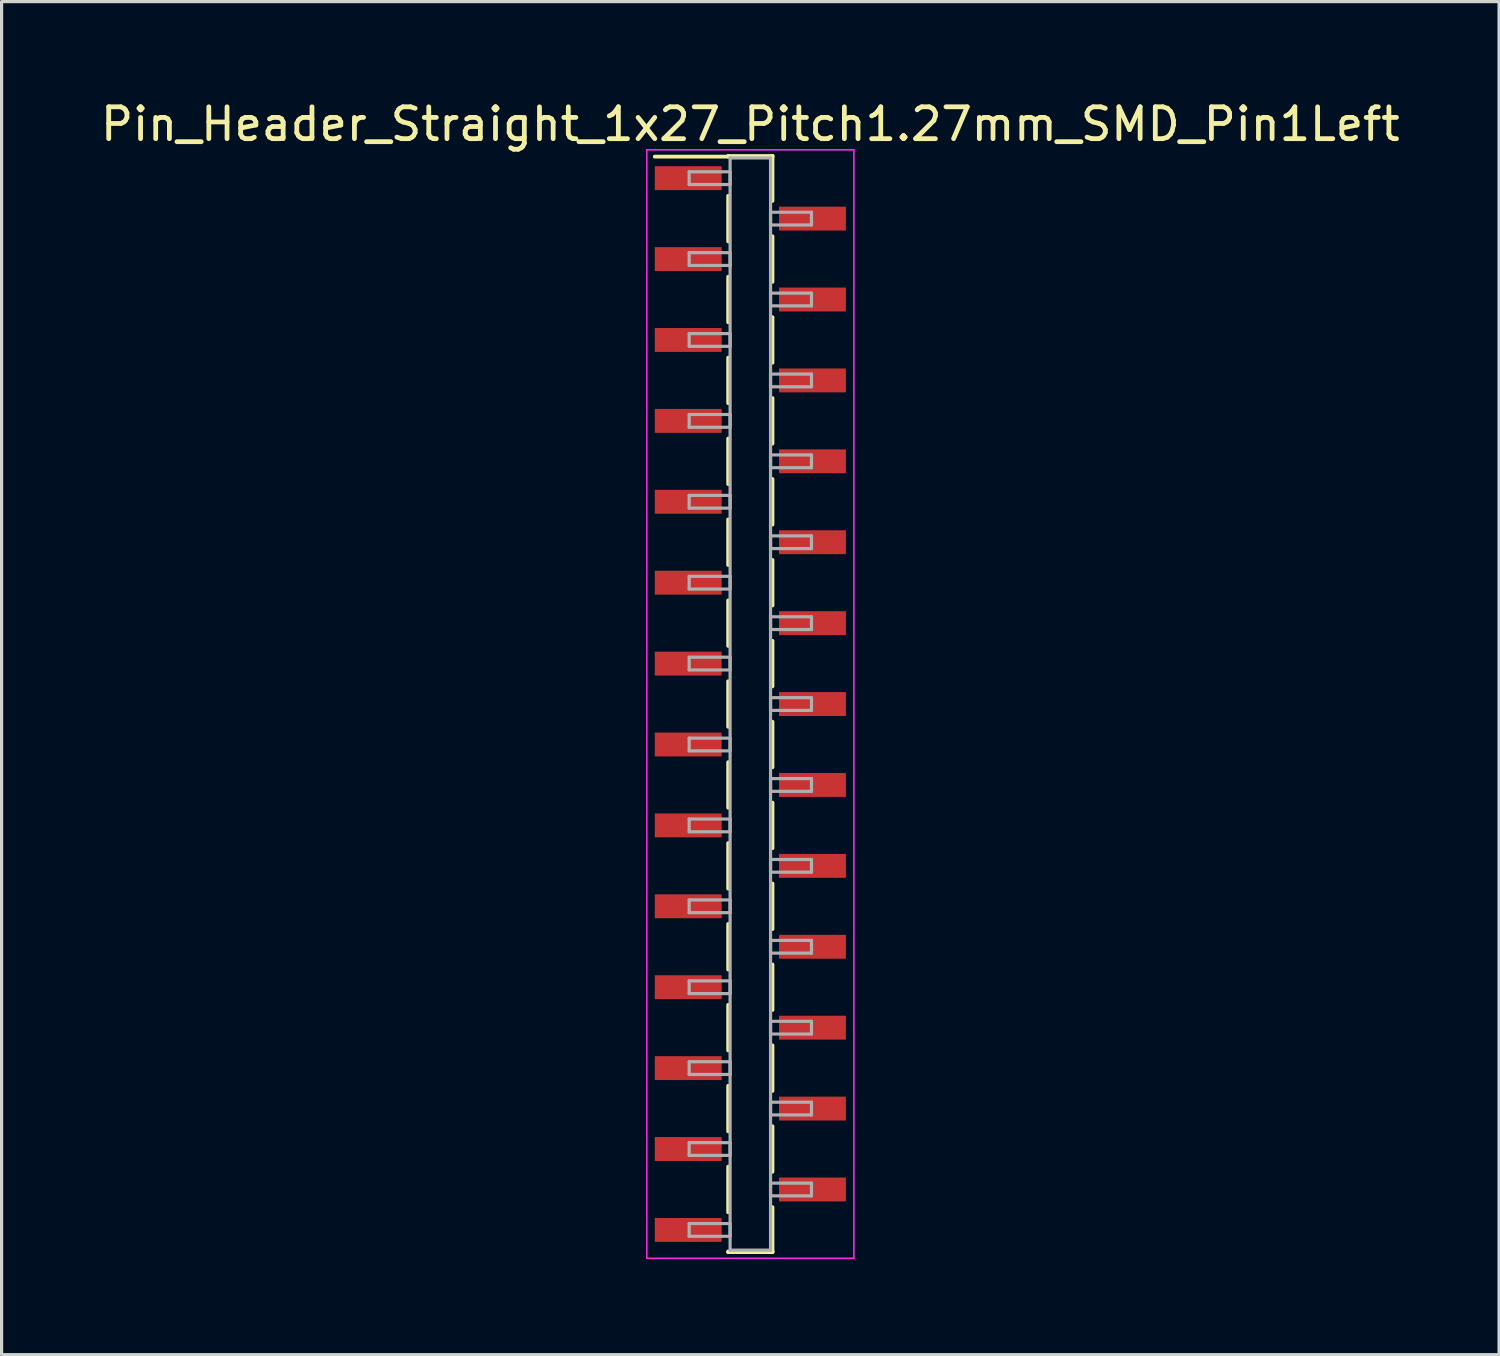
<source format=kicad_pcb>
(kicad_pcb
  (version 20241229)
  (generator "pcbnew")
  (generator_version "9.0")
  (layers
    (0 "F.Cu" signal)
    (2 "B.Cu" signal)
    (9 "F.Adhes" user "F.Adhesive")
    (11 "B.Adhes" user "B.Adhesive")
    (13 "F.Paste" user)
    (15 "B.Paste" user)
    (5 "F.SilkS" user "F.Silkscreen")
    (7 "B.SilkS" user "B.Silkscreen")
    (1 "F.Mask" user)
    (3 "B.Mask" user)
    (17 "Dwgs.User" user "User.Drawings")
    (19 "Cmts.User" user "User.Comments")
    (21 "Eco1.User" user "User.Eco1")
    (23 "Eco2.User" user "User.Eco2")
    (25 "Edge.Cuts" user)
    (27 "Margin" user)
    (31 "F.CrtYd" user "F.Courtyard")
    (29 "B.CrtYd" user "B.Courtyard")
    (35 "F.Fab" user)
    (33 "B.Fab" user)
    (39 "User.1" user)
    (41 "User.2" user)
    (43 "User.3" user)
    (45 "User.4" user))
  (footprint "Pin_Header_Straight_1x27_Pitch1.27mm_SMD_Pin1Left"
    (layer "F.Cu")
    (at 20.506 19.053)
    (property "Reference" "Pin_Header_Straight_1x27_Pitch1.27mm_SMD_Pin1Left" (at 0 -18.205 0) (layer "F.SilkS") (effects (font (size 1 1) (thickness 0.15))))
    (attr smd)
    (fp_line (start -0.695 -17.205) (end 0.695 -17.205) (stroke (width 0.12) (type solid)) (layer "F.SilkS"))
    (fp_line (start -0.695 -17.185) (end -3 -17.185) (stroke (width 0.12) (type solid)) (layer "F.SilkS"))
    (fp_line (start -0.695 -17.185) (end -0.695 -17.205) (stroke (width 0.12) (type solid)) (layer "F.SilkS"))
    (fp_line (start -0.695 -15.955) (end -0.695 -14.525) (stroke (width 0.12) (type solid)) (layer "F.SilkS"))
    (fp_line (start -0.695 -13.415) (end -0.695 -11.985) (stroke (width 0.12) (type solid)) (layer "F.SilkS"))
    (fp_line (start -0.695 -10.875) (end -0.695 -9.445) (stroke (width 0.12) (type solid)) (layer "F.SilkS"))
    (fp_line (start -0.695 -8.335) (end -0.695 -6.905) (stroke (width 0.12) (type solid)) (layer "F.SilkS"))
    (fp_line (start -0.695 -5.795) (end -0.695 -4.365) (stroke (width 0.12) (type solid)) (layer "F.SilkS"))
    (fp_line (start -0.695 -3.255) (end -0.695 -1.825) (stroke (width 0.12) (type solid)) (layer "F.SilkS"))
    (fp_line (start -0.695 -0.715) (end -0.695 0.715) (stroke (width 0.12) (type solid)) (layer "F.SilkS"))
    (fp_line (start -0.695 1.825) (end -0.695 3.255) (stroke (width 0.12) (type solid)) (layer "F.SilkS"))
    (fp_line (start -0.695 4.365) (end -0.695 5.795) (stroke (width 0.12) (type solid)) (layer "F.SilkS"))
    (fp_line (start -0.695 6.905) (end -0.695 8.335) (stroke (width 0.12) (type solid)) (layer "F.SilkS"))
    (fp_line (start -0.695 9.445) (end -0.695 10.875) (stroke (width 0.12) (type solid)) (layer "F.SilkS"))
    (fp_line (start -0.695 11.985) (end -0.695 13.415) (stroke (width 0.12) (type solid)) (layer "F.SilkS"))
    (fp_line (start -0.695 14.525) (end -0.695 15.955) (stroke (width 0.12) (type solid)) (layer "F.SilkS"))
    (fp_line (start -0.695 17.185) (end -0.695 17.205) (stroke (width 0.12) (type solid)) (layer "F.SilkS"))
    (fp_line (start -0.695 17.205) (end 0.695 17.205) (stroke (width 0.12) (type solid)) (layer "F.SilkS"))
    (fp_line (start 0.695 -17.205) (end 0.695 -17.185) (stroke (width 0.12) (type solid)) (layer "F.SilkS"))
    (fp_line (start 0.695 -17.205) (end 0.695 -15.795) (stroke (width 0.12) (type solid)) (layer "F.SilkS"))
    (fp_line (start 0.695 -14.685) (end 0.695 -13.255) (stroke (width 0.12) (type solid)) (layer "F.SilkS"))
    (fp_line (start 0.695 -12.145) (end 0.695 -10.715) (stroke (width 0.12) (type solid)) (layer "F.SilkS"))
    (fp_line (start 0.695 -9.605) (end 0.695 -8.175) (stroke (width 0.12) (type solid)) (layer "F.SilkS"))
    (fp_line (start 0.695 -7.065) (end 0.695 -5.635) (stroke (width 0.12) (type solid)) (layer "F.SilkS"))
    (fp_line (start 0.695 -4.525) (end 0.695 -3.095) (stroke (width 0.12) (type solid)) (layer "F.SilkS"))
    (fp_line (start 0.695 -1.985) (end 0.695 -0.555) (stroke (width 0.12) (type solid)) (layer "F.SilkS"))
    (fp_line (start 0.695 0.555) (end 0.695 1.985) (stroke (width 0.12) (type solid)) (layer "F.SilkS"))
    (fp_line (start 0.695 3.095) (end 0.695 4.525) (stroke (width 0.12) (type solid)) (layer "F.SilkS"))
    (fp_line (start 0.695 5.635) (end 0.695 7.065) (stroke (width 0.12) (type solid)) (layer "F.SilkS"))
    (fp_line (start 0.695 8.175) (end 0.695 9.605) (stroke (width 0.12) (type solid)) (layer "F.SilkS"))
    (fp_line (start 0.695 10.715) (end 0.695 12.145) (stroke (width 0.12) (type solid)) (layer "F.SilkS"))
    (fp_line (start 0.695 13.255) (end 0.695 14.685) (stroke (width 0.12) (type solid)) (layer "F.SilkS"))
    (fp_line (start 0.695 15.795) (end 0.695 17.205) (stroke (width 0.12) (type solid)) (layer "F.SilkS"))
    (fp_line (start 0.695 17.205) (end 0.695 17.185) (stroke (width 0.12) (type solid)) (layer "F.SilkS"))
    (fp_line (start -3.25 -17.4) (end -3.25 17.4) (stroke (width 0.05) (type solid)) (layer "F.CrtYd"))
    (fp_line (start -3.25 17.4) (end 3.25 17.4) (stroke (width 0.05) (type solid)) (layer "F.CrtYd"))
    (fp_line (start 3.25 -17.4) (end -3.25 -17.4) (stroke (width 0.05) (type solid)) (layer "F.CrtYd"))
    (fp_line (start 3.25 17.4) (end 3.25 -17.4) (stroke (width 0.05) (type solid)) (layer "F.CrtYd"))
    (fp_line (start -1.92 -16.71) (end -0.635 -16.71) (stroke (width 0.1) (type solid)) (layer "F.Fab"))
    (fp_line (start -1.92 -16.31) (end -1.92 -16.71) (stroke (width 0.1) (type solid)) (layer "F.Fab"))
    (fp_line (start -1.92 -14.17) (end -0.635 -14.17) (stroke (width 0.1) (type solid)) (layer "F.Fab"))
    (fp_line (start -1.92 -13.77) (end -1.92 -14.17) (stroke (width 0.1) (type solid)) (layer "F.Fab"))
    (fp_line (start -1.92 -11.63) (end -0.635 -11.63) (stroke (width 0.1) (type solid)) (layer "F.Fab"))
    (fp_line (start -1.92 -11.23) (end -1.92 -11.63) (stroke (width 0.1) (type solid)) (layer "F.Fab"))
    (fp_line (start -1.92 -9.09) (end -0.635 -9.09) (stroke (width 0.1) (type solid)) (layer "F.Fab"))
    (fp_line (start -1.92 -8.69) (end -1.92 -9.09) (stroke (width 0.1) (type solid)) (layer "F.Fab"))
    (fp_line (start -1.92 -6.55) (end -0.635 -6.55) (stroke (width 0.1) (type solid)) (layer "F.Fab"))
    (fp_line (start -1.92 -6.15) (end -1.92 -6.55) (stroke (width 0.1) (type solid)) (layer "F.Fab"))
    (fp_line (start -1.92 -4.01) (end -0.635 -4.01) (stroke (width 0.1) (type solid)) (layer "F.Fab"))
    (fp_line (start -1.92 -3.61) (end -1.92 -4.01) (stroke (width 0.1) (type solid)) (layer "F.Fab"))
    (fp_line (start -1.92 -1.47) (end -0.635 -1.47) (stroke (width 0.1) (type solid)) (layer "F.Fab"))
    (fp_line (start -1.92 -1.07) (end -1.92 -1.47) (stroke (width 0.1) (type solid)) (layer "F.Fab"))
    (fp_line (start -1.92 1.07) (end -0.635 1.07) (stroke (width 0.1) (type solid)) (layer "F.Fab"))
    (fp_line (start -1.92 1.47) (end -1.92 1.07) (stroke (width 0.1) (type solid)) (layer "F.Fab"))
    (fp_line (start -1.92 3.61) (end -0.635 3.61) (stroke (width 0.1) (type solid)) (layer "F.Fab"))
    (fp_line (start -1.92 4.01) (end -1.92 3.61) (stroke (width 0.1) (type solid)) (layer "F.Fab"))
    (fp_line (start -1.92 6.15) (end -0.635 6.15) (stroke (width 0.1) (type solid)) (layer "F.Fab"))
    (fp_line (start -1.92 6.55) (end -1.92 6.15) (stroke (width 0.1) (type solid)) (layer "F.Fab"))
    (fp_line (start -1.92 8.69) (end -0.635 8.69) (stroke (width 0.1) (type solid)) (layer "F.Fab"))
    (fp_line (start -1.92 9.09) (end -1.92 8.69) (stroke (width 0.1) (type solid)) (layer "F.Fab"))
    (fp_line (start -1.92 11.23) (end -0.635 11.23) (stroke (width 0.1) (type solid)) (layer "F.Fab"))
    (fp_line (start -1.92 11.63) (end -1.92 11.23) (stroke (width 0.1) (type solid)) (layer "F.Fab"))
    (fp_line (start -1.92 13.77) (end -0.635 13.77) (stroke (width 0.1) (type solid)) (layer "F.Fab"))
    (fp_line (start -1.92 14.17) (end -1.92 13.77) (stroke (width 0.1) (type solid)) (layer "F.Fab"))
    (fp_line (start -1.92 16.31) (end -0.635 16.31) (stroke (width 0.1) (type solid)) (layer "F.Fab"))
    (fp_line (start -1.92 16.71) (end -1.92 16.31) (stroke (width 0.1) (type solid)) (layer "F.Fab"))
    (fp_line (start -0.635 -17.145) (end -0.635 17.145) (stroke (width 0.1) (type solid)) (layer "F.Fab"))
    (fp_line (start -0.635 -16.71) (end -0.635 -16.31) (stroke (width 0.1) (type solid)) (layer "F.Fab"))
    (fp_line (start -0.635 -16.31) (end -1.92 -16.31) (stroke (width 0.1) (type solid)) (layer "F.Fab"))
    (fp_line (start -0.635 -14.17) (end -0.635 -13.77) (stroke (width 0.1) (type solid)) (layer "F.Fab"))
    (fp_line (start -0.635 -13.77) (end -1.92 -13.77) (stroke (width 0.1) (type solid)) (layer "F.Fab"))
    (fp_line (start -0.635 -11.63) (end -0.635 -11.23) (stroke (width 0.1) (type solid)) (layer "F.Fab"))
    (fp_line (start -0.635 -11.23) (end -1.92 -11.23) (stroke (width 0.1) (type solid)) (layer "F.Fab"))
    (fp_line (start -0.635 -9.09) (end -0.635 -8.69) (stroke (width 0.1) (type solid)) (layer "F.Fab"))
    (fp_line (start -0.635 -8.69) (end -1.92 -8.69) (stroke (width 0.1) (type solid)) (layer "F.Fab"))
    (fp_line (start -0.635 -6.55) (end -0.635 -6.15) (stroke (width 0.1) (type solid)) (layer "F.Fab"))
    (fp_line (start -0.635 -6.15) (end -1.92 -6.15) (stroke (width 0.1) (type solid)) (layer "F.Fab"))
    (fp_line (start -0.635 -4.01) (end -0.635 -3.61) (stroke (width 0.1) (type solid)) (layer "F.Fab"))
    (fp_line (start -0.635 -3.61) (end -1.92 -3.61) (stroke (width 0.1) (type solid)) (layer "F.Fab"))
    (fp_line (start -0.635 -1.47) (end -0.635 -1.07) (stroke (width 0.1) (type solid)) (layer "F.Fab"))
    (fp_line (start -0.635 -1.07) (end -1.92 -1.07) (stroke (width 0.1) (type solid)) (layer "F.Fab"))
    (fp_line (start -0.635 1.07) (end -0.635 1.47) (stroke (width 0.1) (type solid)) (layer "F.Fab"))
    (fp_line (start -0.635 1.47) (end -1.92 1.47) (stroke (width 0.1) (type solid)) (layer "F.Fab"))
    (fp_line (start -0.635 3.61) (end -0.635 4.01) (stroke (width 0.1) (type solid)) (layer "F.Fab"))
    (fp_line (start -0.635 4.01) (end -1.92 4.01) (stroke (width 0.1) (type solid)) (layer "F.Fab"))
    (fp_line (start -0.635 6.15) (end -0.635 6.55) (stroke (width 0.1) (type solid)) (layer "F.Fab"))
    (fp_line (start -0.635 6.55) (end -1.92 6.55) (stroke (width 0.1) (type solid)) (layer "F.Fab"))
    (fp_line (start -0.635 8.69) (end -0.635 9.09) (stroke (width 0.1) (type solid)) (layer "F.Fab"))
    (fp_line (start -0.635 9.09) (end -1.92 9.09) (stroke (width 0.1) (type solid)) (layer "F.Fab"))
    (fp_line (start -0.635 11.23) (end -0.635 11.63) (stroke (width 0.1) (type solid)) (layer "F.Fab"))
    (fp_line (start -0.635 11.63) (end -1.92 11.63) (stroke (width 0.1) (type solid)) (layer "F.Fab"))
    (fp_line (start -0.635 13.77) (end -0.635 14.17) (stroke (width 0.1) (type solid)) (layer "F.Fab"))
    (fp_line (start -0.635 14.17) (end -1.92 14.17) (stroke (width 0.1) (type solid)) (layer "F.Fab"))
    (fp_line (start -0.635 16.31) (end -0.635 16.71) (stroke (width 0.1) (type solid)) (layer "F.Fab"))
    (fp_line (start -0.635 16.71) (end -1.92 16.71) (stroke (width 0.1) (type solid)) (layer "F.Fab"))
    (fp_line (start -0.635 17.145) (end 0.635 17.145) (stroke (width 0.1) (type solid)) (layer "F.Fab"))
    (fp_line (start 0.635 -17.145) (end -0.635 -17.145) (stroke (width 0.1) (type solid)) (layer "F.Fab"))
    (fp_line (start 0.635 -15.44) (end 0.635 -15.04) (stroke (width 0.1) (type solid)) (layer "F.Fab"))
    (fp_line (start 0.635 -15.04) (end 1.92 -15.04) (stroke (width 0.1) (type solid)) (layer "F.Fab"))
    (fp_line (start 0.635 -12.9) (end 0.635 -12.5) (stroke (width 0.1) (type solid)) (layer "F.Fab"))
    (fp_line (start 0.635 -12.5) (end 1.92 -12.5) (stroke (width 0.1) (type solid)) (layer "F.Fab"))
    (fp_line (start 0.635 -10.36) (end 0.635 -9.96) (stroke (width 0.1) (type solid)) (layer "F.Fab"))
    (fp_line (start 0.635 -9.96) (end 1.92 -9.96) (stroke (width 0.1) (type solid)) (layer "F.Fab"))
    (fp_line (start 0.635 -7.82) (end 0.635 -7.42) (stroke (width 0.1) (type solid)) (layer "F.Fab"))
    (fp_line (start 0.635 -7.42) (end 1.92 -7.42) (stroke (width 0.1) (type solid)) (layer "F.Fab"))
    (fp_line (start 0.635 -5.28) (end 0.635 -4.88) (stroke (width 0.1) (type solid)) (layer "F.Fab"))
    (fp_line (start 0.635 -4.88) (end 1.92 -4.88) (stroke (width 0.1) (type solid)) (layer "F.Fab"))
    (fp_line (start 0.635 -2.74) (end 0.635 -2.34) (stroke (width 0.1) (type solid)) (layer "F.Fab"))
    (fp_line (start 0.635 -2.34) (end 1.92 -2.34) (stroke (width 0.1) (type solid)) (layer "F.Fab"))
    (fp_line (start 0.635 -0.2) (end 0.635 0.2) (stroke (width 0.1) (type solid)) (layer "F.Fab"))
    (fp_line (start 0.635 0.2) (end 1.92 0.2) (stroke (width 0.1) (type solid)) (layer "F.Fab"))
    (fp_line (start 0.635 2.34) (end 0.635 2.74) (stroke (width 0.1) (type solid)) (layer "F.Fab"))
    (fp_line (start 0.635 2.74) (end 1.92 2.74) (stroke (width 0.1) (type solid)) (layer "F.Fab"))
    (fp_line (start 0.635 4.88) (end 0.635 5.28) (stroke (width 0.1) (type solid)) (layer "F.Fab"))
    (fp_line (start 0.635 5.28) (end 1.92 5.28) (stroke (width 0.1) (type solid)) (layer "F.Fab"))
    (fp_line (start 0.635 7.42) (end 0.635 7.82) (stroke (width 0.1) (type solid)) (layer "F.Fab"))
    (fp_line (start 0.635 7.82) (end 1.92 7.82) (stroke (width 0.1) (type solid)) (layer "F.Fab"))
    (fp_line (start 0.635 9.96) (end 0.635 10.36) (stroke (width 0.1) (type solid)) (layer "F.Fab"))
    (fp_line (start 0.635 10.36) (end 1.92 10.36) (stroke (width 0.1) (type solid)) (layer "F.Fab"))
    (fp_line (start 0.635 12.5) (end 0.635 12.9) (stroke (width 0.1) (type solid)) (layer "F.Fab"))
    (fp_line (start 0.635 12.9) (end 1.92 12.9) (stroke (width 0.1) (type solid)) (layer "F.Fab"))
    (fp_line (start 0.635 15.04) (end 0.635 15.44) (stroke (width 0.1) (type solid)) (layer "F.Fab"))
    (fp_line (start 0.635 15.44) (end 1.92 15.44) (stroke (width 0.1) (type solid)) (layer "F.Fab"))
    (fp_line (start 0.635 17.145) (end 0.635 -17.145) (stroke (width 0.1) (type solid)) (layer "F.Fab"))
    (fp_line (start 1.92 -15.44) (end 0.635 -15.44) (stroke (width 0.1) (type solid)) (layer "F.Fab"))
    (fp_line (start 1.92 -15.04) (end 1.92 -15.44) (stroke (width 0.1) (type solid)) (layer "F.Fab"))
    (fp_line (start 1.92 -12.9) (end 0.635 -12.9) (stroke (width 0.1) (type solid)) (layer "F.Fab"))
    (fp_line (start 1.92 -12.5) (end 1.92 -12.9) (stroke (width 0.1) (type solid)) (layer "F.Fab"))
    (fp_line (start 1.92 -10.36) (end 0.635 -10.36) (stroke (width 0.1) (type solid)) (layer "F.Fab"))
    (fp_line (start 1.92 -9.96) (end 1.92 -10.36) (stroke (width 0.1) (type solid)) (layer "F.Fab"))
    (fp_line (start 1.92 -7.82) (end 0.635 -7.82) (stroke (width 0.1) (type solid)) (layer "F.Fab"))
    (fp_line (start 1.92 -7.42) (end 1.92 -7.82) (stroke (width 0.1) (type solid)) (layer "F.Fab"))
    (fp_line (start 1.92 -5.28) (end 0.635 -5.28) (stroke (width 0.1) (type solid)) (layer "F.Fab"))
    (fp_line (start 1.92 -4.88) (end 1.92 -5.28) (stroke (width 0.1) (type solid)) (layer "F.Fab"))
    (fp_line (start 1.92 -2.74) (end 0.635 -2.74) (stroke (width 0.1) (type solid)) (layer "F.Fab"))
    (fp_line (start 1.92 -2.34) (end 1.92 -2.74) (stroke (width 0.1) (type solid)) (layer "F.Fab"))
    (fp_line (start 1.92 -0.2) (end 0.635 -0.2) (stroke (width 0.1) (type solid)) (layer "F.Fab"))
    (fp_line (start 1.92 0.2) (end 1.92 -0.2) (stroke (width 0.1) (type solid)) (layer "F.Fab"))
    (fp_line (start 1.92 2.34) (end 0.635 2.34) (stroke (width 0.1) (type solid)) (layer "F.Fab"))
    (fp_line (start 1.92 2.74) (end 1.92 2.34) (stroke (width 0.1) (type solid)) (layer "F.Fab"))
    (fp_line (start 1.92 4.88) (end 0.635 4.88) (stroke (width 0.1) (type solid)) (layer "F.Fab"))
    (fp_line (start 1.92 5.28) (end 1.92 4.88) (stroke (width 0.1) (type solid)) (layer "F.Fab"))
    (fp_line (start 1.92 7.42) (end 0.635 7.42) (stroke (width 0.1) (type solid)) (layer "F.Fab"))
    (fp_line (start 1.92 7.82) (end 1.92 7.42) (stroke (width 0.1) (type solid)) (layer "F.Fab"))
    (fp_line (start 1.92 9.96) (end 0.635 9.96) (stroke (width 0.1) (type solid)) (layer "F.Fab"))
    (fp_line (start 1.92 10.36) (end 1.92 9.96) (stroke (width 0.1) (type solid)) (layer "F.Fab"))
    (fp_line (start 1.92 12.5) (end 0.635 12.5) (stroke (width 0.1) (type solid)) (layer "F.Fab"))
    (fp_line (start 1.92 12.9) (end 1.92 12.5) (stroke (width 0.1) (type solid)) (layer "F.Fab"))
    (fp_line (start 1.92 15.04) (end 0.635 15.04) (stroke (width 0.1) (type solid)) (layer "F.Fab"))
    (fp_line (start 1.92 15.44) (end 1.92 15.04) (stroke (width 0.1) (type solid)) (layer "F.Fab"))
    (pad "1" smd rect (at -1.95 -16.51) (size 2.1 0.75) (layers "F.Cu" "F.Mask"))
    (pad "2" smd rect (at 1.95 -15.24) (size 2.1 0.75) (layers "F.Cu" "F.Mask"))
    (pad "3" smd rect (at -1.95 -13.97) (size 2.1 0.75) (layers "F.Cu" "F.Mask"))
    (pad "4" smd rect (at 1.95 -12.7) (size 2.1 0.75) (layers "F.Cu" "F.Mask"))
    (pad "5" smd rect (at -1.95 -11.43) (size 2.1 0.75) (layers "F.Cu" "F.Mask"))
    (pad "6" smd rect (at 1.95 -10.16) (size 2.1 0.75) (layers "F.Cu" "F.Mask"))
    (pad "7" smd rect (at -1.95 -8.89) (size 2.1 0.75) (layers "F.Cu" "F.Mask"))
    (pad "8" smd rect (at 1.95 -7.62) (size 2.1 0.75) (layers "F.Cu" "F.Mask"))
    (pad "9" smd rect (at -1.95 -6.35) (size 2.1 0.75) (layers "F.Cu" "F.Mask"))
    (pad "10" smd rect (at 1.95 -5.08) (size 2.1 0.75) (layers "F.Cu" "F.Mask"))
    (pad "11" smd rect (at -1.95 -3.81) (size 2.1 0.75) (layers "F.Cu" "F.Mask"))
    (pad "12" smd rect (at 1.95 -2.54) (size 2.1 0.75) (layers "F.Cu" "F.Mask"))
    (pad "13" smd rect (at -1.95 -1.27) (size 2.1 0.75) (layers "F.Cu" "F.Mask"))
    (pad "14" smd rect (at 1.95 0) (size 2.1 0.75) (layers "F.Cu" "F.Mask"))
    (pad "15" smd rect (at -1.95 1.27) (size 2.1 0.75) (layers "F.Cu" "F.Mask"))
    (pad "16" smd rect (at 1.95 2.54) (size 2.1 0.75) (layers "F.Cu" "F.Mask"))
    (pad "17" smd rect (at -1.95 3.81) (size 2.1 0.75) (layers "F.Cu" "F.Mask"))
    (pad "18" smd rect (at 1.95 5.08) (size 2.1 0.75) (layers "F.Cu" "F.Mask"))
    (pad "19" smd rect (at -1.95 6.35) (size 2.1 0.75) (layers "F.Cu" "F.Mask"))
    (pad "20" smd rect (at 1.95 7.62) (size 2.1 0.75) (layers "F.Cu" "F.Mask"))
    (pad "21" smd rect (at -1.95 8.89) (size 2.1 0.75) (layers "F.Cu" "F.Mask"))
    (pad "22" smd rect (at 1.95 10.16) (size 2.1 0.75) (layers "F.Cu" "F.Mask"))
    (pad "23" smd rect (at -1.95 11.43) (size 2.1 0.75) (layers "F.Cu" "F.Mask"))
    (pad "24" smd rect (at 1.95 12.7) (size 2.1 0.75) (layers "F.Cu" "F.Mask"))
    (pad "25" smd rect (at -1.95 13.97) (size 2.1 0.75) (layers "F.Cu" "F.Mask"))
    (pad "26" smd rect (at 1.95 15.24) (size 2.1 0.75) (layers "F.Cu" "F.Mask"))
    (pad "27" smd rect (at -1.95 16.51) (size 2.1 0.75) (layers "F.Cu" "F.Mask")))
  (gr_rect
    (start -3 -3)
    (end 44.012 39.478)
    (stroke (width 0.1) (type default))
    (fill no)
    (layer "Edge.Cuts")))
</source>
